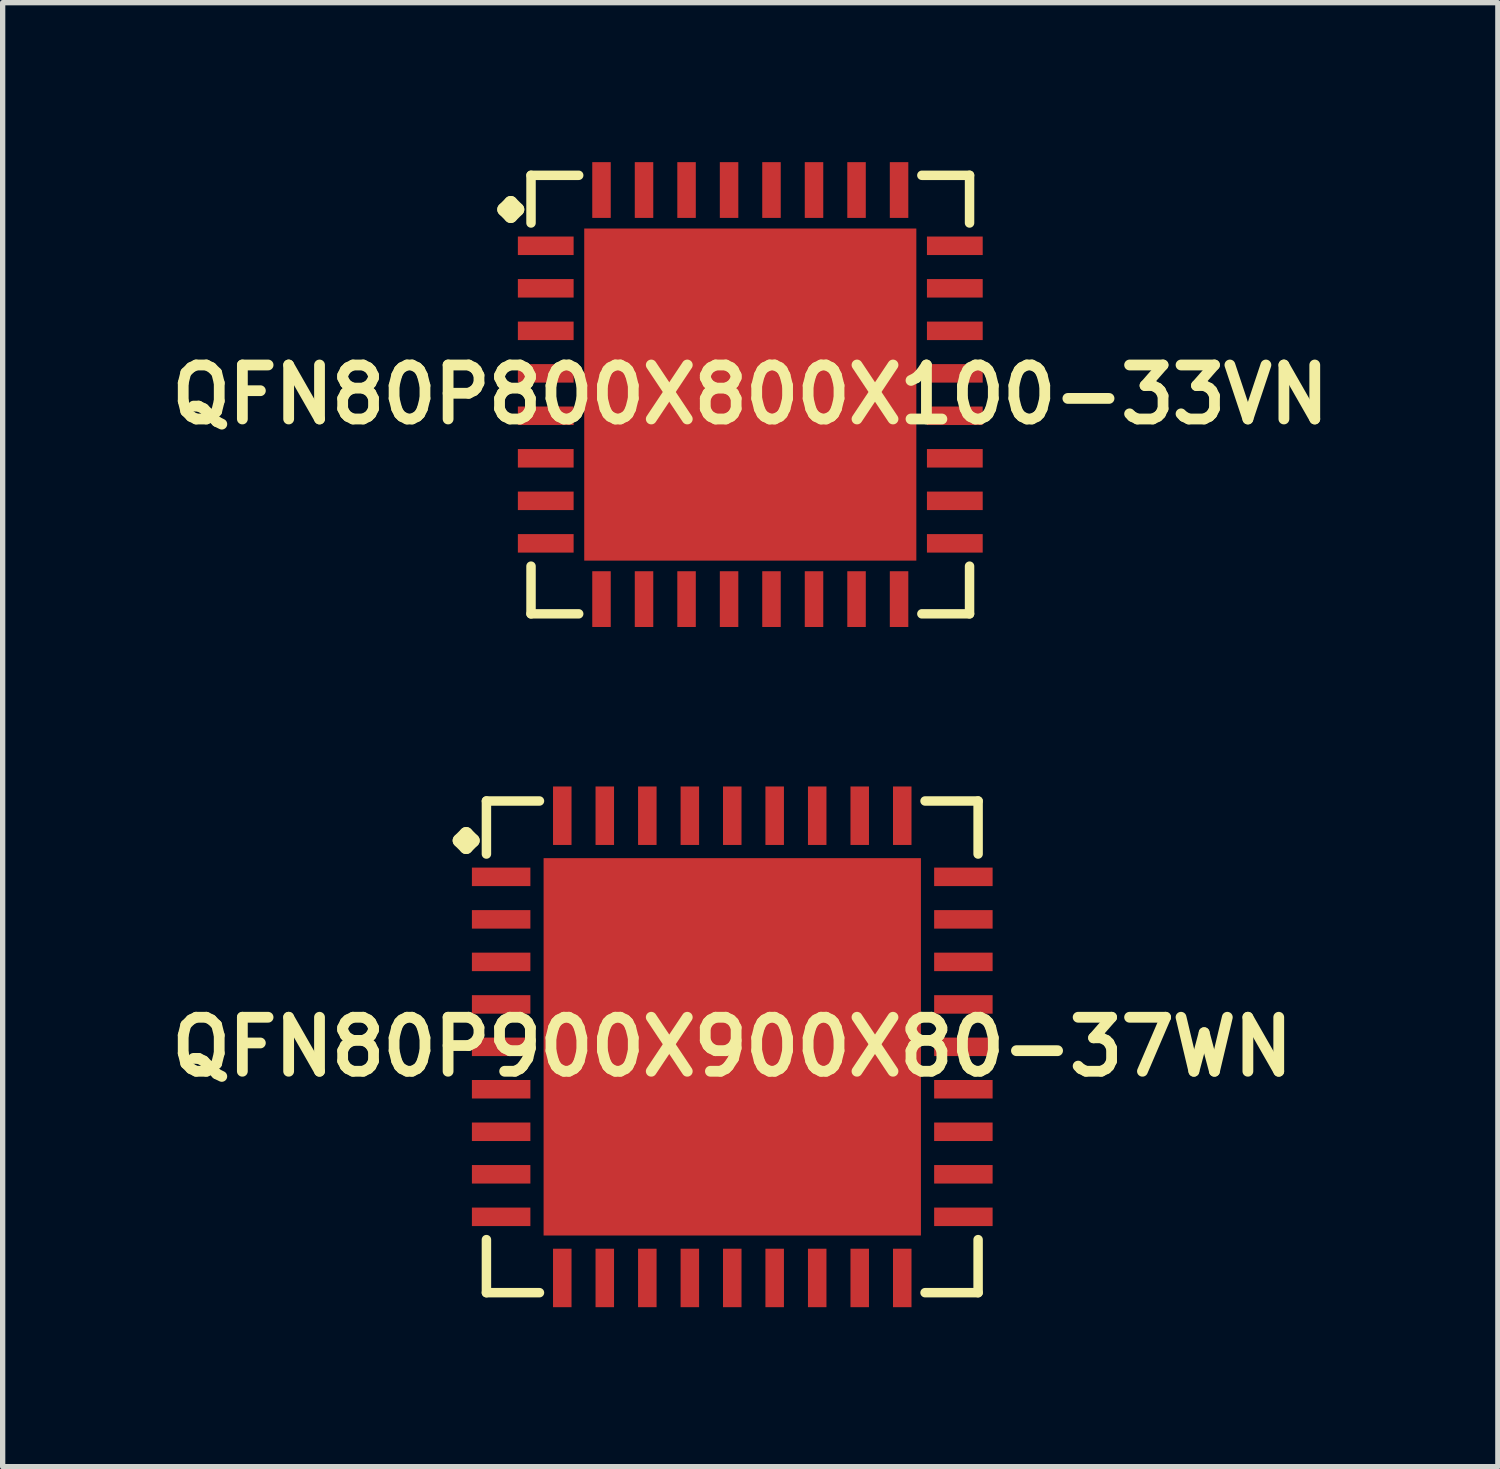
<source format=kicad_pcb>
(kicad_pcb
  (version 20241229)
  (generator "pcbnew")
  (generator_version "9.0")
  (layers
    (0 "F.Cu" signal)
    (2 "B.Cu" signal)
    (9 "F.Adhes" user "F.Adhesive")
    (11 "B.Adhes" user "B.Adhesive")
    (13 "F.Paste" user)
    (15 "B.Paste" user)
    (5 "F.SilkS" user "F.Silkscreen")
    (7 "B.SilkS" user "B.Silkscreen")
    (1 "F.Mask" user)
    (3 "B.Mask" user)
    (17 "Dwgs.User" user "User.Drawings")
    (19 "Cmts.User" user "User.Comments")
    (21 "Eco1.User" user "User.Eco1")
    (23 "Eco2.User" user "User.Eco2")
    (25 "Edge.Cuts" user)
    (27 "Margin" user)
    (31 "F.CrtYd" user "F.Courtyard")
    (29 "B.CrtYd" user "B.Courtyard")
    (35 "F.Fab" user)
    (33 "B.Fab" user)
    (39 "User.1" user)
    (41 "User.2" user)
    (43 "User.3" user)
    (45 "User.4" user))
  (footprint "QFN80P800X800X100-33VN"
    (layer "F.Cu")
    (at 11.065 4.373)
    (property "Reference" "QFN80P800X800X100-33VN" (at 0 0 0) (layer "F.SilkS") (effects (font (size 1.016 1.016) (thickness 0.203))))
    (attr smd)
    (fp_line (start -4.633 -3.482) (end -4.506 -3.609) (stroke (width 0.254) (type solid)) (layer "F.SilkS"))
    (fp_line (start -4.506 -3.609) (end -4.379 -3.482) (stroke (width 0.254) (type solid)) (layer "F.SilkS"))
    (fp_line (start -4.506 -3.355) (end -4.633 -3.482) (stroke (width 0.254) (type solid)) (layer "F.SilkS"))
    (fp_line (start -4.379 -3.482) (end -4.506 -3.355) (stroke (width 0.254) (type solid)) (layer "F.SilkS"))
    (fp_line (start -4.125 -4.125) (end -3.228 -4.125) (stroke (width 0.178) (type solid)) (layer "F.SilkS"))
    (fp_line (start -4.125 -3.228) (end -4.125 -4.125) (stroke (width 0.178) (type solid)) (layer "F.SilkS"))
    (fp_line (start -4.125 3.228) (end -4.125 4.125) (stroke (width 0.178) (type solid)) (layer "F.SilkS"))
    (fp_line (start -4.125 4.125) (end -3.228 4.125) (stroke (width 0.178) (type solid)) (layer "F.SilkS"))
    (fp_line (start 3.228 -4.125) (end 4.125 -4.125) (stroke (width 0.178) (type solid)) (layer "F.SilkS"))
    (fp_line (start 3.228 4.125) (end 4.125 4.125) (stroke (width 0.178) (type solid)) (layer "F.SilkS"))
    (fp_line (start 4.125 -4.125) (end 4.125 -3.228) (stroke (width 0.178) (type solid)) (layer "F.SilkS"))
    (fp_line (start 4.125 4.125) (end 4.125 3.228) (stroke (width 0.178) (type solid)) (layer "F.SilkS"))
    (pad "1" smd rect (at -3.848 -2.799) (size 1.049 0.348) (layers "F.Cu" "F.Mask" "F.Paste"))
    (pad "2" smd rect (at -3.848 -1.999) (size 1.049 0.348) (layers "F.Cu" "F.Mask" "F.Paste"))
    (pad "3" smd rect (at -3.848 -1.199) (size 1.049 0.348) (layers "F.Cu" "F.Mask" "F.Paste"))
    (pad "4" smd rect (at -3.848 -0.399) (size 1.049 0.348) (layers "F.Cu" "F.Mask" "F.Paste"))
    (pad "5" smd rect (at -3.848 0.399) (size 1.049 0.348) (layers "F.Cu" "F.Mask" "F.Paste"))
    (pad "6" smd rect (at -3.848 1.199) (size 1.049 0.348) (layers "F.Cu" "F.Mask" "F.Paste"))
    (pad "7" smd rect (at -3.848 1.999) (size 1.049 0.348) (layers "F.Cu" "F.Mask" "F.Paste"))
    (pad "8" smd rect (at -3.848 2.799) (size 1.049 0.348) (layers "F.Cu" "F.Mask" "F.Paste"))
    (pad "9" smd rect (at -2.799 3.848) (size 0.348 1.049) (layers "F.Cu" "F.Mask" "F.Paste"))
    (pad "10" smd rect (at -1.999 3.848) (size 0.348 1.049) (layers "F.Cu" "F.Mask" "F.Paste"))
    (pad "11" smd rect (at -1.199 3.848) (size 0.348 1.049) (layers "F.Cu" "F.Mask" "F.Paste"))
    (pad "12" smd rect (at -0.399 3.848) (size 0.348 1.049) (layers "F.Cu" "F.Mask" "F.Paste"))
    (pad "13" smd rect (at 0.399 3.848) (size 0.348 1.049) (layers "F.Cu" "F.Mask" "F.Paste"))
    (pad "14" smd rect (at 1.199 3.848) (size 0.348 1.049) (layers "F.Cu" "F.Mask" "F.Paste"))
    (pad "15" smd rect (at 1.999 3.848) (size 0.348 1.049) (layers "F.Cu" "F.Mask" "F.Paste"))
    (pad "16" smd rect (at 2.799 3.848) (size 0.348 1.049) (layers "F.Cu" "F.Mask" "F.Paste"))
    (pad "17" smd rect (at 3.848 2.799) (size 1.049 0.348) (layers "F.Cu" "F.Mask" "F.Paste"))
    (pad "18" smd rect (at 3.848 1.999) (size 1.049 0.348) (layers "F.Cu" "F.Mask" "F.Paste"))
    (pad "19" smd rect (at 3.848 1.199) (size 1.049 0.348) (layers "F.Cu" "F.Mask" "F.Paste"))
    (pad "20" smd rect (at 3.848 0.399) (size 1.049 0.348) (layers "F.Cu" "F.Mask" "F.Paste"))
    (pad "21" smd rect (at 3.848 -0.399) (size 1.049 0.348) (layers "F.Cu" "F.Mask" "F.Paste"))
    (pad "22" smd rect (at 3.848 -1.199) (size 1.049 0.348) (layers "F.Cu" "F.Mask" "F.Paste"))
    (pad "23" smd rect (at 3.848 -1.999) (size 1.049 0.348) (layers "F.Cu" "F.Mask" "F.Paste"))
    (pad "24" smd rect (at 3.848 -2.799) (size 1.049 0.348) (layers "F.Cu" "F.Mask" "F.Paste"))
    (pad "25" smd rect (at 2.799 -3.848) (size 0.348 1.049) (layers "F.Cu" "F.Mask" "F.Paste"))
    (pad "26" smd rect (at 1.999 -3.848) (size 0.348 1.049) (layers "F.Cu" "F.Mask" "F.Paste"))
    (pad "27" smd rect (at 1.199 -3.848) (size 0.348 1.049) (layers "F.Cu" "F.Mask" "F.Paste"))
    (pad "28" smd rect (at 0.399 -3.848) (size 0.348 1.049) (layers "F.Cu" "F.Mask" "F.Paste"))
    (pad "29" smd rect (at -0.399 -3.848) (size 0.348 1.049) (layers "F.Cu" "F.Mask" "F.Paste"))
    (pad "30" smd rect (at -1.199 -3.848) (size 0.348 1.049) (layers "F.Cu" "F.Mask" "F.Paste"))
    (pad "31" smd rect (at -1.999 -3.848) (size 0.348 1.049) (layers "F.Cu" "F.Mask" "F.Paste"))
    (pad "32" smd rect (at -2.799 -3.848) (size 0.348 1.049) (layers "F.Cu" "F.Mask" "F.Paste"))
    (pad "33" smd rect (at 0 0) (size 6.248 6.248) (layers "F.Cu" "F.Mask" "F.Paste")))
  (footprint "QFN80P900X900X80-37WN"
    (layer "F.Cu")
    (at 10.726 16.644)
    (property "Reference" "QFN80P900X900X80-37WN" (at 0 0 0) (layer "F.SilkS") (effects (font (size 1.016 1.016) (thickness 0.203))))
    (attr smd)
    (fp_line (start -5.133 -3.881) (end -5.006 -4.008) (stroke (width 0.254) (type solid)) (layer "F.SilkS"))
    (fp_line (start -5.006 -4.008) (end -4.879 -3.881) (stroke (width 0.254) (type solid)) (layer "F.SilkS"))
    (fp_line (start -5.006 -3.754) (end -5.133 -3.881) (stroke (width 0.254) (type solid)) (layer "F.SilkS"))
    (fp_line (start -4.879 -3.881) (end -5.006 -3.754) (stroke (width 0.254) (type solid)) (layer "F.SilkS"))
    (fp_line (start -4.625 -4.625) (end -3.627 -4.625) (stroke (width 0.178) (type solid)) (layer "F.SilkS"))
    (fp_line (start -4.625 -3.627) (end -4.625 -4.625) (stroke (width 0.178) (type solid)) (layer "F.SilkS"))
    (fp_line (start -4.625 3.627) (end -4.625 4.625) (stroke (width 0.178) (type solid)) (layer "F.SilkS"))
    (fp_line (start -4.625 4.625) (end -3.627 4.625) (stroke (width 0.178) (type solid)) (layer "F.SilkS"))
    (fp_line (start 3.627 -4.625) (end 4.625 -4.625) (stroke (width 0.178) (type solid)) (layer "F.SilkS"))
    (fp_line (start 3.627 4.625) (end 4.625 4.625) (stroke (width 0.178) (type solid)) (layer "F.SilkS"))
    (fp_line (start 4.625 -4.625) (end 4.625 -3.627) (stroke (width 0.178) (type solid)) (layer "F.SilkS"))
    (fp_line (start 4.625 4.625) (end 4.625 3.627) (stroke (width 0.178) (type solid)) (layer "F.SilkS"))
    (pad "1" smd rect (at -4.348 -3.198) (size 1.1 0.348) (layers "F.Cu" "F.Mask" "F.Paste"))
    (pad "2" smd rect (at -4.348 -2.398) (size 1.1 0.348) (layers "F.Cu" "F.Mask" "F.Paste"))
    (pad "3" smd rect (at -4.348 -1.598) (size 1.1 0.348) (layers "F.Cu" "F.Mask" "F.Paste"))
    (pad "4" smd rect (at -4.348 -0.798) (size 1.1 0.348) (layers "F.Cu" "F.Mask" "F.Paste"))
    (pad "5" smd rect (at -4.348 0) (size 1.1 0.348) (layers "F.Cu" "F.Mask" "F.Paste"))
    (pad "6" smd rect (at -4.348 0.798) (size 1.1 0.348) (layers "F.Cu" "F.Mask" "F.Paste"))
    (pad "7" smd rect (at -4.348 1.598) (size 1.1 0.348) (layers "F.Cu" "F.Mask" "F.Paste"))
    (pad "8" smd rect (at -4.348 2.398) (size 1.1 0.348) (layers "F.Cu" "F.Mask" "F.Paste"))
    (pad "9" smd rect (at -4.348 3.198) (size 1.1 0.348) (layers "F.Cu" "F.Mask" "F.Paste"))
    (pad "10" smd rect (at -3.198 4.348) (size 0.348 1.1) (layers "F.Cu" "F.Mask" "F.Paste"))
    (pad "11" smd rect (at -2.398 4.348) (size 0.348 1.1) (layers "F.Cu" "F.Mask" "F.Paste"))
    (pad "12" smd rect (at -1.598 4.348) (size 0.348 1.1) (layers "F.Cu" "F.Mask" "F.Paste"))
    (pad "13" smd rect (at -0.798 4.348) (size 0.348 1.1) (layers "F.Cu" "F.Mask" "F.Paste"))
    (pad "14" smd rect (at 0 4.348) (size 0.348 1.1) (layers "F.Cu" "F.Mask" "F.Paste"))
    (pad "15" smd rect (at 0.798 4.348) (size 0.348 1.1) (layers "F.Cu" "F.Mask" "F.Paste"))
    (pad "16" smd rect (at 1.598 4.348) (size 0.348 1.1) (layers "F.Cu" "F.Mask" "F.Paste"))
    (pad "17" smd rect (at 2.398 4.348) (size 0.348 1.1) (layers "F.Cu" "F.Mask" "F.Paste"))
    (pad "18" smd rect (at 3.198 4.348) (size 0.348 1.1) (layers "F.Cu" "F.Mask" "F.Paste"))
    (pad "19" smd rect (at 4.348 3.198) (size 1.1 0.348) (layers "F.Cu" "F.Mask" "F.Paste"))
    (pad "20" smd rect (at 4.348 2.398) (size 1.1 0.348) (layers "F.Cu" "F.Mask" "F.Paste"))
    (pad "21" smd rect (at 4.348 1.598) (size 1.1 0.348) (layers "F.Cu" "F.Mask" "F.Paste"))
    (pad "22" smd rect (at 4.348 0.798) (size 1.1 0.348) (layers "F.Cu" "F.Mask" "F.Paste"))
    (pad "23" smd rect (at 4.348 0) (size 1.1 0.348) (layers "F.Cu" "F.Mask" "F.Paste"))
    (pad "24" smd rect (at 4.348 -0.798) (size 1.1 0.348) (layers "F.Cu" "F.Mask" "F.Paste"))
    (pad "25" smd rect (at 4.348 -1.598) (size 1.1 0.348) (layers "F.Cu" "F.Mask" "F.Paste"))
    (pad "26" smd rect (at 4.348 -2.398) (size 1.1 0.348) (layers "F.Cu" "F.Mask" "F.Paste"))
    (pad "27" smd rect (at 4.348 -3.198) (size 1.1 0.348) (layers "F.Cu" "F.Mask" "F.Paste"))
    (pad "28" smd rect (at 3.198 -4.348) (size 0.348 1.1) (layers "F.Cu" "F.Mask" "F.Paste"))
    (pad "29" smd rect (at 2.398 -4.348) (size 0.348 1.1) (layers "F.Cu" "F.Mask" "F.Paste"))
    (pad "30" smd rect (at 1.598 -4.348) (size 0.348 1.1) (layers "F.Cu" "F.Mask" "F.Paste"))
    (pad "31" smd rect (at 0.798 -4.348) (size 0.348 1.1) (layers "F.Cu" "F.Mask" "F.Paste"))
    (pad "32" smd rect (at 0 -4.348) (size 0.348 1.1) (layers "F.Cu" "F.Mask" "F.Paste"))
    (pad "33" smd rect (at -0.798 -4.348) (size 0.348 1.1) (layers "F.Cu" "F.Mask" "F.Paste"))
    (pad "34" smd rect (at -1.598 -4.348) (size 0.348 1.1) (layers "F.Cu" "F.Mask" "F.Paste"))
    (pad "35" smd rect (at -2.398 -4.348) (size 0.348 1.1) (layers "F.Cu" "F.Mask" "F.Paste"))
    (pad "36" smd rect (at -3.198 -4.348) (size 0.348 1.1) (layers "F.Cu" "F.Mask" "F.Paste"))
    (pad "37" smd rect (at 0 0) (size 7.099 7.099) (layers "F.Cu" "F.Mask" "F.Paste")))
  (gr_rect
    (start -3 -3)
    (end 25.129 24.542)
    (stroke (width 0.1) (type default))
    (fill no)
    (layer "Edge.Cuts")))
</source>
